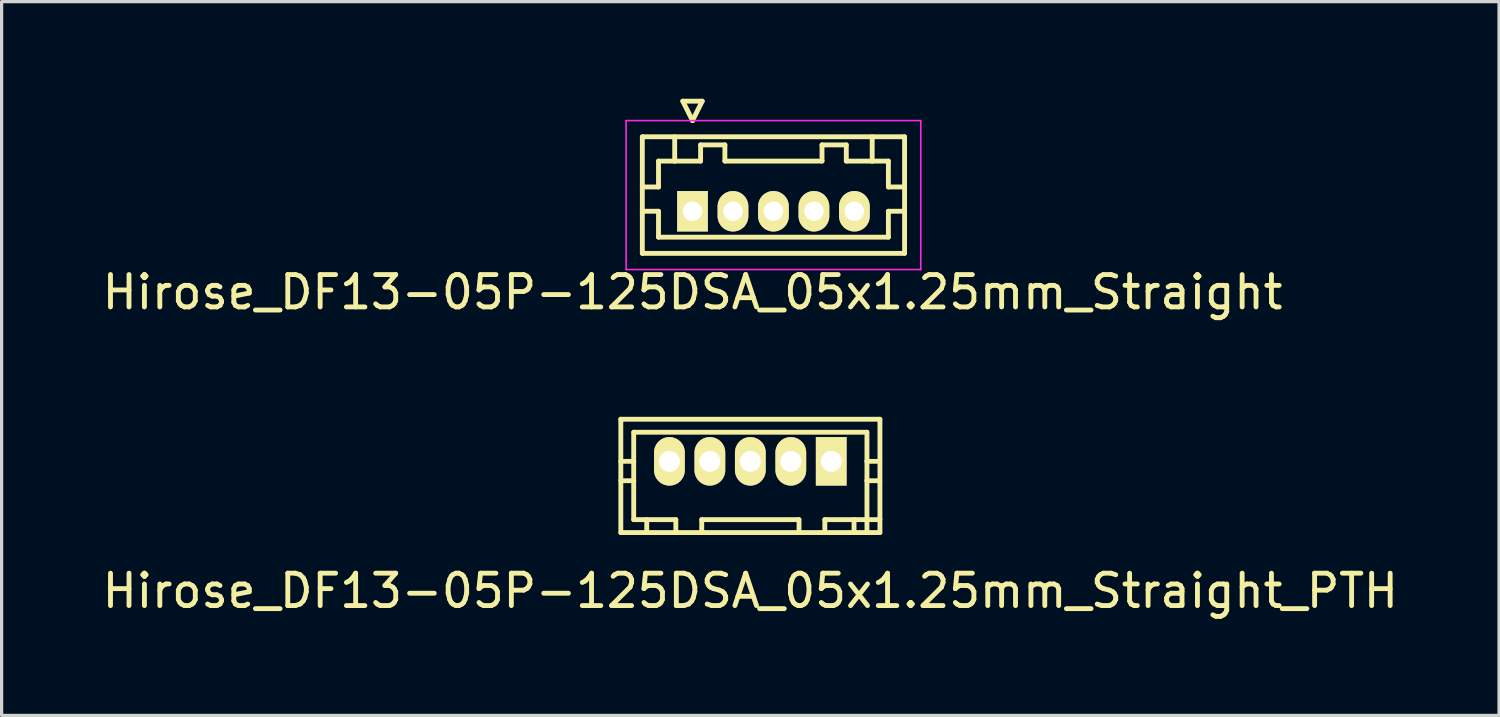
<source format=kicad_pcb>
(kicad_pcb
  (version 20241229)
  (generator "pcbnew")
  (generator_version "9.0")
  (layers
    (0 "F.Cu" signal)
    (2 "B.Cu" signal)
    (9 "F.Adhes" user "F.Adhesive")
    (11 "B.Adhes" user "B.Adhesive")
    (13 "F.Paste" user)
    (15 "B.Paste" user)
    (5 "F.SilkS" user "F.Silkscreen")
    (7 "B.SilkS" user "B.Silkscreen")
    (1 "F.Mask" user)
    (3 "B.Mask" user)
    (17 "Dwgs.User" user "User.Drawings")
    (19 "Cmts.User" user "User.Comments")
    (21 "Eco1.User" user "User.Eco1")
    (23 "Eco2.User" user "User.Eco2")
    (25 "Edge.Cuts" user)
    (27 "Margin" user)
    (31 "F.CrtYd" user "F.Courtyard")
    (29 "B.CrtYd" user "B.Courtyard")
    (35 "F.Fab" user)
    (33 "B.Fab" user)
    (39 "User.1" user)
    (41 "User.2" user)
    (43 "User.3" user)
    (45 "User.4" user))
  (footprint "Hirose_DF13-05P-125DSA_05x1.25mm_Straight_PTH"
    (layer "F.Cu")
    (at 20.125 11.199)
    (property "Reference" "Hirose_DF13-05P-125DSA_05x1.25mm_Straight_PTH" (at 0 4 0) (layer "F.SilkS") (effects (font (size 1 1) (thickness 0.15))))
    (attr through_hole)
    (fp_line (start -4 2.2) (end -4 -1.3) (stroke (width 0.15) (type solid)) (layer "F.SilkS"))
    (fp_line (start -3.602 -0.899) (end -3.602 1.801) (stroke (width 0.15) (type solid)) (layer "F.SilkS"))
    (fp_line (start -3.599 -0.899) (end 3.599 -0.899) (stroke (width 0.15) (type solid)) (layer "F.SilkS"))
    (fp_line (start -3.599 0) (end -4 0) (stroke (width 0.15) (type solid)) (layer "F.SilkS"))
    (fp_line (start -3.599 0.599) (end -4 0.599) (stroke (width 0.15) (type solid)) (layer "F.SilkS"))
    (fp_line (start -3.2 1.801) (end -3.2 2.2) (stroke (width 0.15) (type solid)) (layer "F.SilkS"))
    (fp_line (start -2.601 -0.099) (end -2.601 0.099) (stroke (width 0.15) (type solid)) (layer "F.SilkS"))
    (fp_line (start -2.601 0.099) (end -2.4 0.099) (stroke (width 0.15) (type solid)) (layer "F.SilkS"))
    (fp_line (start -2.4 -0.099) (end -2.601 -0.099) (stroke (width 0.15) (type solid)) (layer "F.SilkS"))
    (fp_line (start -2.4 0.099) (end -2.4 -0.099) (stroke (width 0.15) (type solid)) (layer "F.SilkS"))
    (fp_line (start -2.301 1.801) (end -3.602 1.801) (stroke (width 0.15) (type solid)) (layer "F.SilkS"))
    (fp_line (start -2.301 1.801) (end -2.301 2.2) (stroke (width 0.15) (type solid)) (layer "F.SilkS"))
    (fp_line (start -1.501 1.801) (end 1.501 1.801) (stroke (width 0.15) (type solid)) (layer "F.SilkS"))
    (fp_line (start -1.501 2.2) (end -1.501 1.801) (stroke (width 0.15) (type solid)) (layer "F.SilkS"))
    (fp_line (start -1.3 -0.099) (end -1.3 0.099) (stroke (width 0.15) (type solid)) (layer "F.SilkS"))
    (fp_line (start -1.3 0.099) (end -1.1 0.099) (stroke (width 0.15) (type solid)) (layer "F.SilkS"))
    (fp_line (start -1.1 -0.099) (end -1.3 -0.099) (stroke (width 0.15) (type solid)) (layer "F.SilkS"))
    (fp_line (start -1.1 0.099) (end -1.1 -0.099) (stroke (width 0.15) (type solid)) (layer "F.SilkS"))
    (fp_line (start -0.099 -0.099) (end 0.099 -0.099) (stroke (width 0.15) (type solid)) (layer "F.SilkS"))
    (fp_line (start -0.099 0.099) (end -0.099 -0.099) (stroke (width 0.15) (type solid)) (layer "F.SilkS"))
    (fp_line (start 0.099 -0.099) (end 0.099 0.099) (stroke (width 0.15) (type solid)) (layer "F.SilkS"))
    (fp_line (start 0.099 0.099) (end -0.099 0.099) (stroke (width 0.15) (type solid)) (layer "F.SilkS"))
    (fp_line (start 1.1 -0.099) (end 1.3 -0.099) (stroke (width 0.15) (type solid)) (layer "F.SilkS"))
    (fp_line (start 1.1 0.099) (end 1.1 -0.099) (stroke (width 0.15) (type solid)) (layer "F.SilkS"))
    (fp_line (start 1.3 -0.099) (end 1.3 0.099) (stroke (width 0.15) (type solid)) (layer "F.SilkS"))
    (fp_line (start 1.3 0.099) (end 1.1 0.099) (stroke (width 0.15) (type solid)) (layer "F.SilkS"))
    (fp_line (start 1.504 2.2) (end 1.504 1.801) (stroke (width 0.15) (type solid)) (layer "F.SilkS"))
    (fp_line (start 2.301 1.801) (end 2.301 2.2) (stroke (width 0.15) (type solid)) (layer "F.SilkS"))
    (fp_line (start 2.301 1.801) (end 4.003 1.801) (stroke (width 0.15) (type solid)) (layer "F.SilkS"))
    (fp_line (start 2.4 -0.099) (end 2.601 -0.099) (stroke (width 0.15) (type solid)) (layer "F.SilkS"))
    (fp_line (start 2.4 0.099) (end 2.4 -0.099) (stroke (width 0.15) (type solid)) (layer "F.SilkS"))
    (fp_line (start 2.601 -0.099) (end 2.601 0.099) (stroke (width 0.15) (type solid)) (layer "F.SilkS"))
    (fp_line (start 2.601 0.099) (end 2.4 0.099) (stroke (width 0.15) (type solid)) (layer "F.SilkS"))
    (fp_line (start 3.203 1.801) (end 3.203 2.2) (stroke (width 0.15) (type solid)) (layer "F.SilkS"))
    (fp_line (start 3.597 0) (end 3.998 0) (stroke (width 0.15) (type solid)) (layer "F.SilkS"))
    (fp_line (start 3.602 -0.899) (end 3.602 2.2) (stroke (width 0.15) (type solid)) (layer "F.SilkS"))
    (fp_line (start 3.998 0.599) (end 3.597 0.599) (stroke (width 0.15) (type solid)) (layer "F.SilkS"))
    (fp_line (start 4 -1.3) (end -4 -1.3) (stroke (width 0.15) (type solid)) (layer "F.SilkS"))
    (fp_line (start 4 2.2) (end -4 2.2) (stroke (width 0.15) (type solid)) (layer "F.SilkS"))
    (fp_line (start 4.003 -1.3) (end 4.003 2.2) (stroke (width 0.15) (type solid)) (layer "F.SilkS"))
    (pad "1" thru_hole rect (at 2.499 0) (size 0.95 1.499) (drill 0.648) (layers "*.Cu" "*.Mask" "F.SilkS"))
    (pad "2" thru_hole oval (at 1.25 0) (size 0.95 1.499) (drill 0.648) (layers "*.Cu" "*.Mask" "F.SilkS"))
    (pad "3" thru_hole oval (at 0 0) (size 0.95 1.499) (drill 0.648) (layers "*.Cu" "*.Mask" "F.SilkS"))
    (pad "4" thru_hole oval (at -1.25 0) (size 0.95 1.499) (drill 0.648) (layers "*.Cu" "*.Mask" "F.SilkS"))
    (pad "5" thru_hole oval (at -2.499 0) (size 0.95 1.499) (drill 0.648) (layers "*.Cu" "*.Mask" "F.SilkS")))
  (footprint "Hirose_DF13-05P-125DSA_05x1.25mm_Straight"
    (layer "F.Cu")
    (at 18.339 3.475)
    (property "Reference" "Hirose_DF13-05P-125DSA_05x1.25mm_Straight" (at 0 2.5 0) (layer "F.SilkS") (effects (font (size 1 1) (thickness 0.15))))
    (attr through_hole)
    (fp_line (start -1.55 -2.3) (end -1.55 1.3) (stroke (width 0.15) (type solid)) (layer "F.SilkS"))
    (fp_line (start -1.55 -0.75) (end -1.05 -0.75) (stroke (width 0.15) (type solid)) (layer "F.SilkS"))
    (fp_line (start -1.55 0) (end -1.05 0) (stroke (width 0.15) (type solid)) (layer "F.SilkS"))
    (fp_line (start -1.55 1.3) (end 6.55 1.3) (stroke (width 0.15) (type solid)) (layer "F.SilkS"))
    (fp_line (start -1.05 -1.55) (end -0.55 -1.55) (stroke (width 0.15) (type solid)) (layer "F.SilkS"))
    (fp_line (start -1.05 -0.75) (end -1.05 -1.55) (stroke (width 0.15) (type solid)) (layer "F.SilkS"))
    (fp_line (start -1.05 0) (end -1.05 0.8) (stroke (width 0.15) (type solid)) (layer "F.SilkS"))
    (fp_line (start -1.05 0.8) (end 6.05 0.8) (stroke (width 0.15) (type solid)) (layer "F.SilkS"))
    (fp_line (start -0.55 -1.55) (end -0.55 -2.3) (stroke (width 0.15) (type solid)) (layer "F.SilkS"))
    (fp_line (start -0.55 -1.55) (end 0.25 -1.55) (stroke (width 0.15) (type solid)) (layer "F.SilkS"))
    (fp_line (start -0.3 -3.4) (end 0.3 -3.4) (stroke (width 0.15) (type solid)) (layer "F.SilkS"))
    (fp_line (start 0 -2.8) (end -0.3 -3.4) (stroke (width 0.15) (type solid)) (layer "F.SilkS"))
    (fp_line (start 0.25 -2.05) (end 1 -2.05) (stroke (width 0.15) (type solid)) (layer "F.SilkS"))
    (fp_line (start 0.25 -1.55) (end 0.25 -2.05) (stroke (width 0.15) (type solid)) (layer "F.SilkS"))
    (fp_line (start 0.3 -3.4) (end 0 -2.8) (stroke (width 0.15) (type solid)) (layer "F.SilkS"))
    (fp_line (start 1 -2.05) (end 1 -1.55) (stroke (width 0.15) (type solid)) (layer "F.SilkS"))
    (fp_line (start 1 -1.55) (end 4 -1.55) (stroke (width 0.15) (type solid)) (layer "F.SilkS"))
    (fp_line (start 4 -2.05) (end 4.75 -2.05) (stroke (width 0.15) (type solid)) (layer "F.SilkS"))
    (fp_line (start 4 -1.55) (end 4 -2.05) (stroke (width 0.15) (type solid)) (layer "F.SilkS"))
    (fp_line (start 4.75 -2.05) (end 4.75 -1.55) (stroke (width 0.15) (type solid)) (layer "F.SilkS"))
    (fp_line (start 4.75 -1.55) (end 5.55 -1.55) (stroke (width 0.15) (type solid)) (layer "F.SilkS"))
    (fp_line (start 5.55 -1.55) (end 5.55 -2.3) (stroke (width 0.15) (type solid)) (layer "F.SilkS"))
    (fp_line (start 6.05 -1.55) (end 5.55 -1.55) (stroke (width 0.15) (type solid)) (layer "F.SilkS"))
    (fp_line (start 6.05 -0.75) (end 6.05 -1.55) (stroke (width 0.15) (type solid)) (layer "F.SilkS"))
    (fp_line (start 6.05 0) (end 6.55 0) (stroke (width 0.15) (type solid)) (layer "F.SilkS"))
    (fp_line (start 6.05 0.8) (end 6.05 0) (stroke (width 0.15) (type solid)) (layer "F.SilkS"))
    (fp_line (start 6.55 -2.3) (end -1.55 -2.3) (stroke (width 0.15) (type solid)) (layer "F.SilkS"))
    (fp_line (start 6.55 -0.75) (end 6.05 -0.75) (stroke (width 0.15) (type solid)) (layer "F.SilkS"))
    (fp_line (start 6.55 1.3) (end 6.55 -2.3) (stroke (width 0.15) (type solid)) (layer "F.SilkS"))
    (fp_line (start -2.05 -2.8) (end -2.05 1.8) (stroke (width 0.05) (type solid)) (layer "F.CrtYd"))
    (fp_line (start -2.05 1.8) (end 7.05 1.8) (stroke (width 0.05) (type solid)) (layer "F.CrtYd"))
    (fp_line (start 7.05 -2.8) (end -2.05 -2.8) (stroke (width 0.05) (type solid)) (layer "F.CrtYd"))
    (fp_line (start 7.05 1.8) (end 7.05 -2.8) (stroke (width 0.05) (type solid)) (layer "F.CrtYd"))
    (pad "1" thru_hole rect (at 0 0) (size 0.95 1.25) (drill 0.6) (layers "*.Cu" "*.Mask" "F.SilkS"))
    (pad "2" thru_hole oval (at 1.25 0) (size 0.95 1.25) (drill 0.6) (layers "*.Cu" "*.Mask" "F.SilkS"))
    (pad "3" thru_hole oval (at 2.5 0) (size 0.95 1.25) (drill 0.6) (layers "*.Cu" "*.Mask" "F.SilkS"))
    (pad "4" thru_hole oval (at 3.75 0) (size 0.95 1.25) (drill 0.6) (layers "*.Cu" "*.Mask" "F.SilkS"))
    (pad "5" thru_hole oval (at 5 0) (size 0.95 1.25) (drill 0.6) (layers "*.Cu" "*.Mask" "F.SilkS")))
  (gr_rect
    (start -3 -3)
    (end 43.25 19.047)
    (stroke (width 0.1) (type default))
    (fill no)
    (layer "Edge.Cuts")))
</source>
